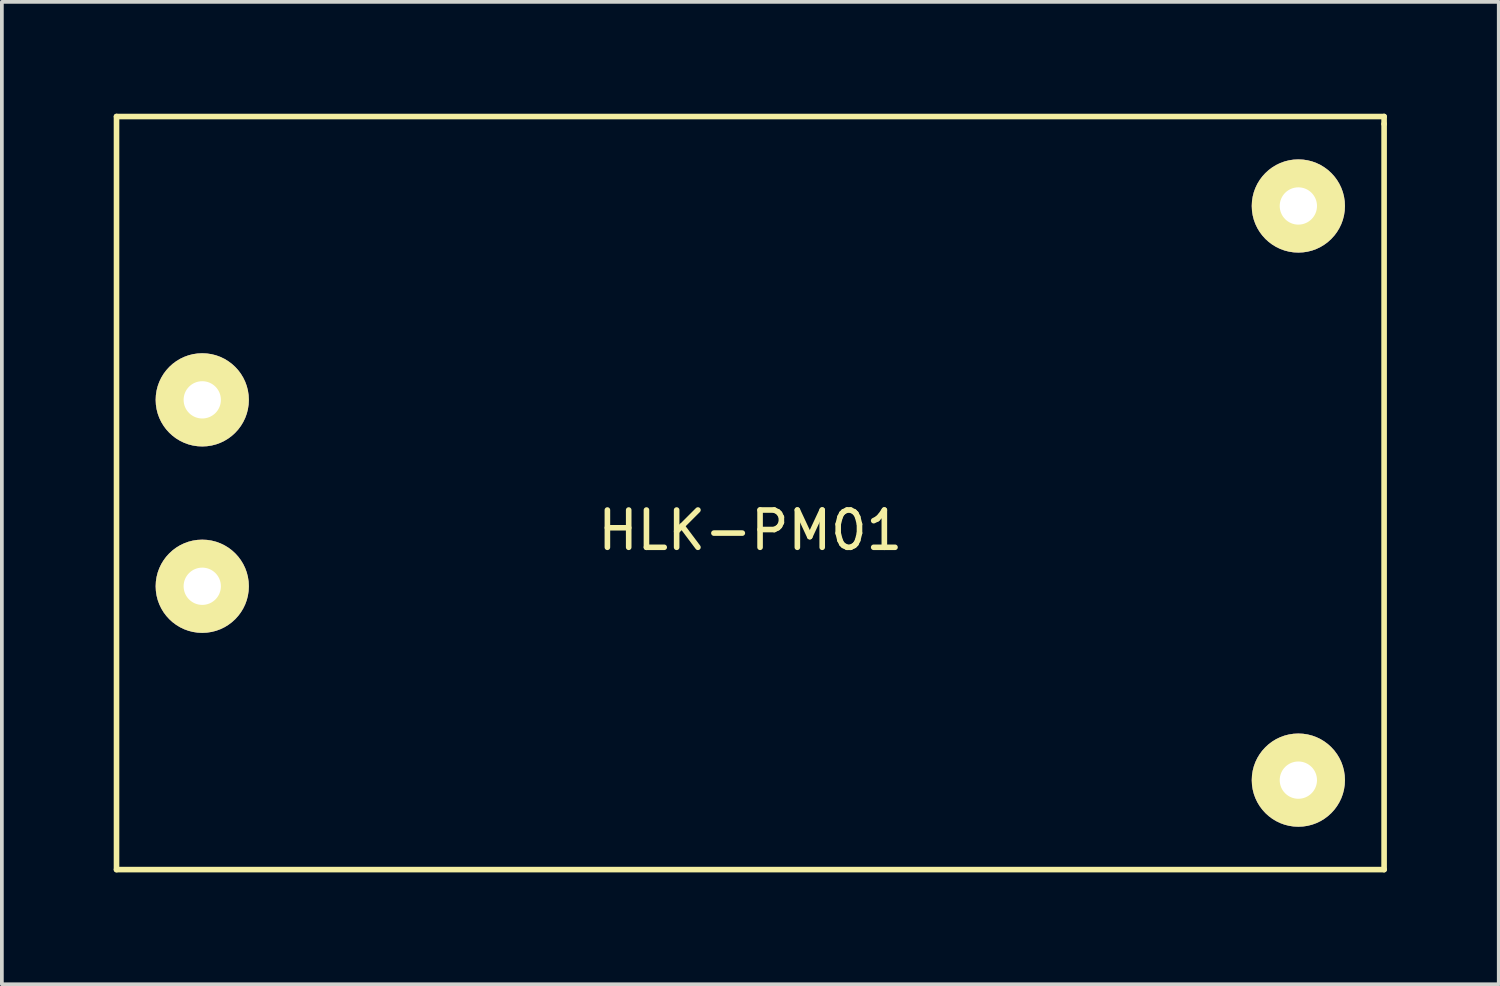
<source format=kicad_pcb>
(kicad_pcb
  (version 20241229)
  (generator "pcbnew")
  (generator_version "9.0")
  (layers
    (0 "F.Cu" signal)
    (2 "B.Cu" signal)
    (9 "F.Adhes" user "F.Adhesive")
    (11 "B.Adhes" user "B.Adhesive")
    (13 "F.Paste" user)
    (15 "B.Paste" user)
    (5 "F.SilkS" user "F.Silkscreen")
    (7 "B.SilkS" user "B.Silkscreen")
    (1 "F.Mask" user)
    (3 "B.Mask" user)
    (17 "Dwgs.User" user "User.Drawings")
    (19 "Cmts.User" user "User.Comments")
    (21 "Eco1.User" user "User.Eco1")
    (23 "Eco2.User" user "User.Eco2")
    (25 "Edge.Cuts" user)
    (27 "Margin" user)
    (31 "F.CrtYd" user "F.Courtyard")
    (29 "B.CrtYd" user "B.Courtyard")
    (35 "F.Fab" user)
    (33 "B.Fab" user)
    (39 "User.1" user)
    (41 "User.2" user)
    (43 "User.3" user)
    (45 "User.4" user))
  (footprint "HLK-PM01"
    (layer "F.Cu")
    (at 17.075 10.175)
    (property "Reference" "HLK-PM01" (at 0 1 0) (layer "F.SilkS") (effects (font (size 1 1) (thickness 0.15))))
    (attr through_hole)
    (fp_line (start -17 -10.1) (end -17 10.1) (stroke (width 0.15) (type solid)) (layer "F.SilkS"))
    (fp_line (start -17 10.1) (end 17 10.1) (stroke (width 0.15) (type solid)) (layer "F.SilkS"))
    (fp_line (start 17 -10.1) (end -17 -10.1) (stroke (width 0.15) (type solid)) (layer "F.SilkS"))
    (fp_line (start 17 -9.9) (end 17 -10.1) (stroke (width 0.15) (type solid)) (layer "F.SilkS"))
    (fp_line (start 17 10.1) (end 17 -9.9) (stroke (width 0.15) (type solid)) (layer "F.SilkS"))
    (pad "1" thru_hole circle (at -14.7 2.5) (size 2.5 2.5) (drill 1) (layers "*.Cu" "*.Mask" "F.SilkS"))
    (pad "2" thru_hole circle (at -14.7 -2.5) (size 2.5 2.5) (drill 1) (layers "*.Cu" "*.Mask" "F.SilkS"))
    (pad "3" thru_hole circle (at 14.7 7.7) (size 2.5 2.5) (drill 1) (layers "*.Cu" "*.Mask" "F.SilkS"))
    (pad "4" thru_hole circle (at 14.7 -7.7) (size 2.5 2.5) (drill 1) (layers "*.Cu" "*.Mask" "F.SilkS")))
  (gr_rect
    (start -3 -3)
    (end 37.15 23.35)
    (stroke (width 0.1) (type default))
    (fill no)
    (layer "Edge.Cuts")))
</source>
